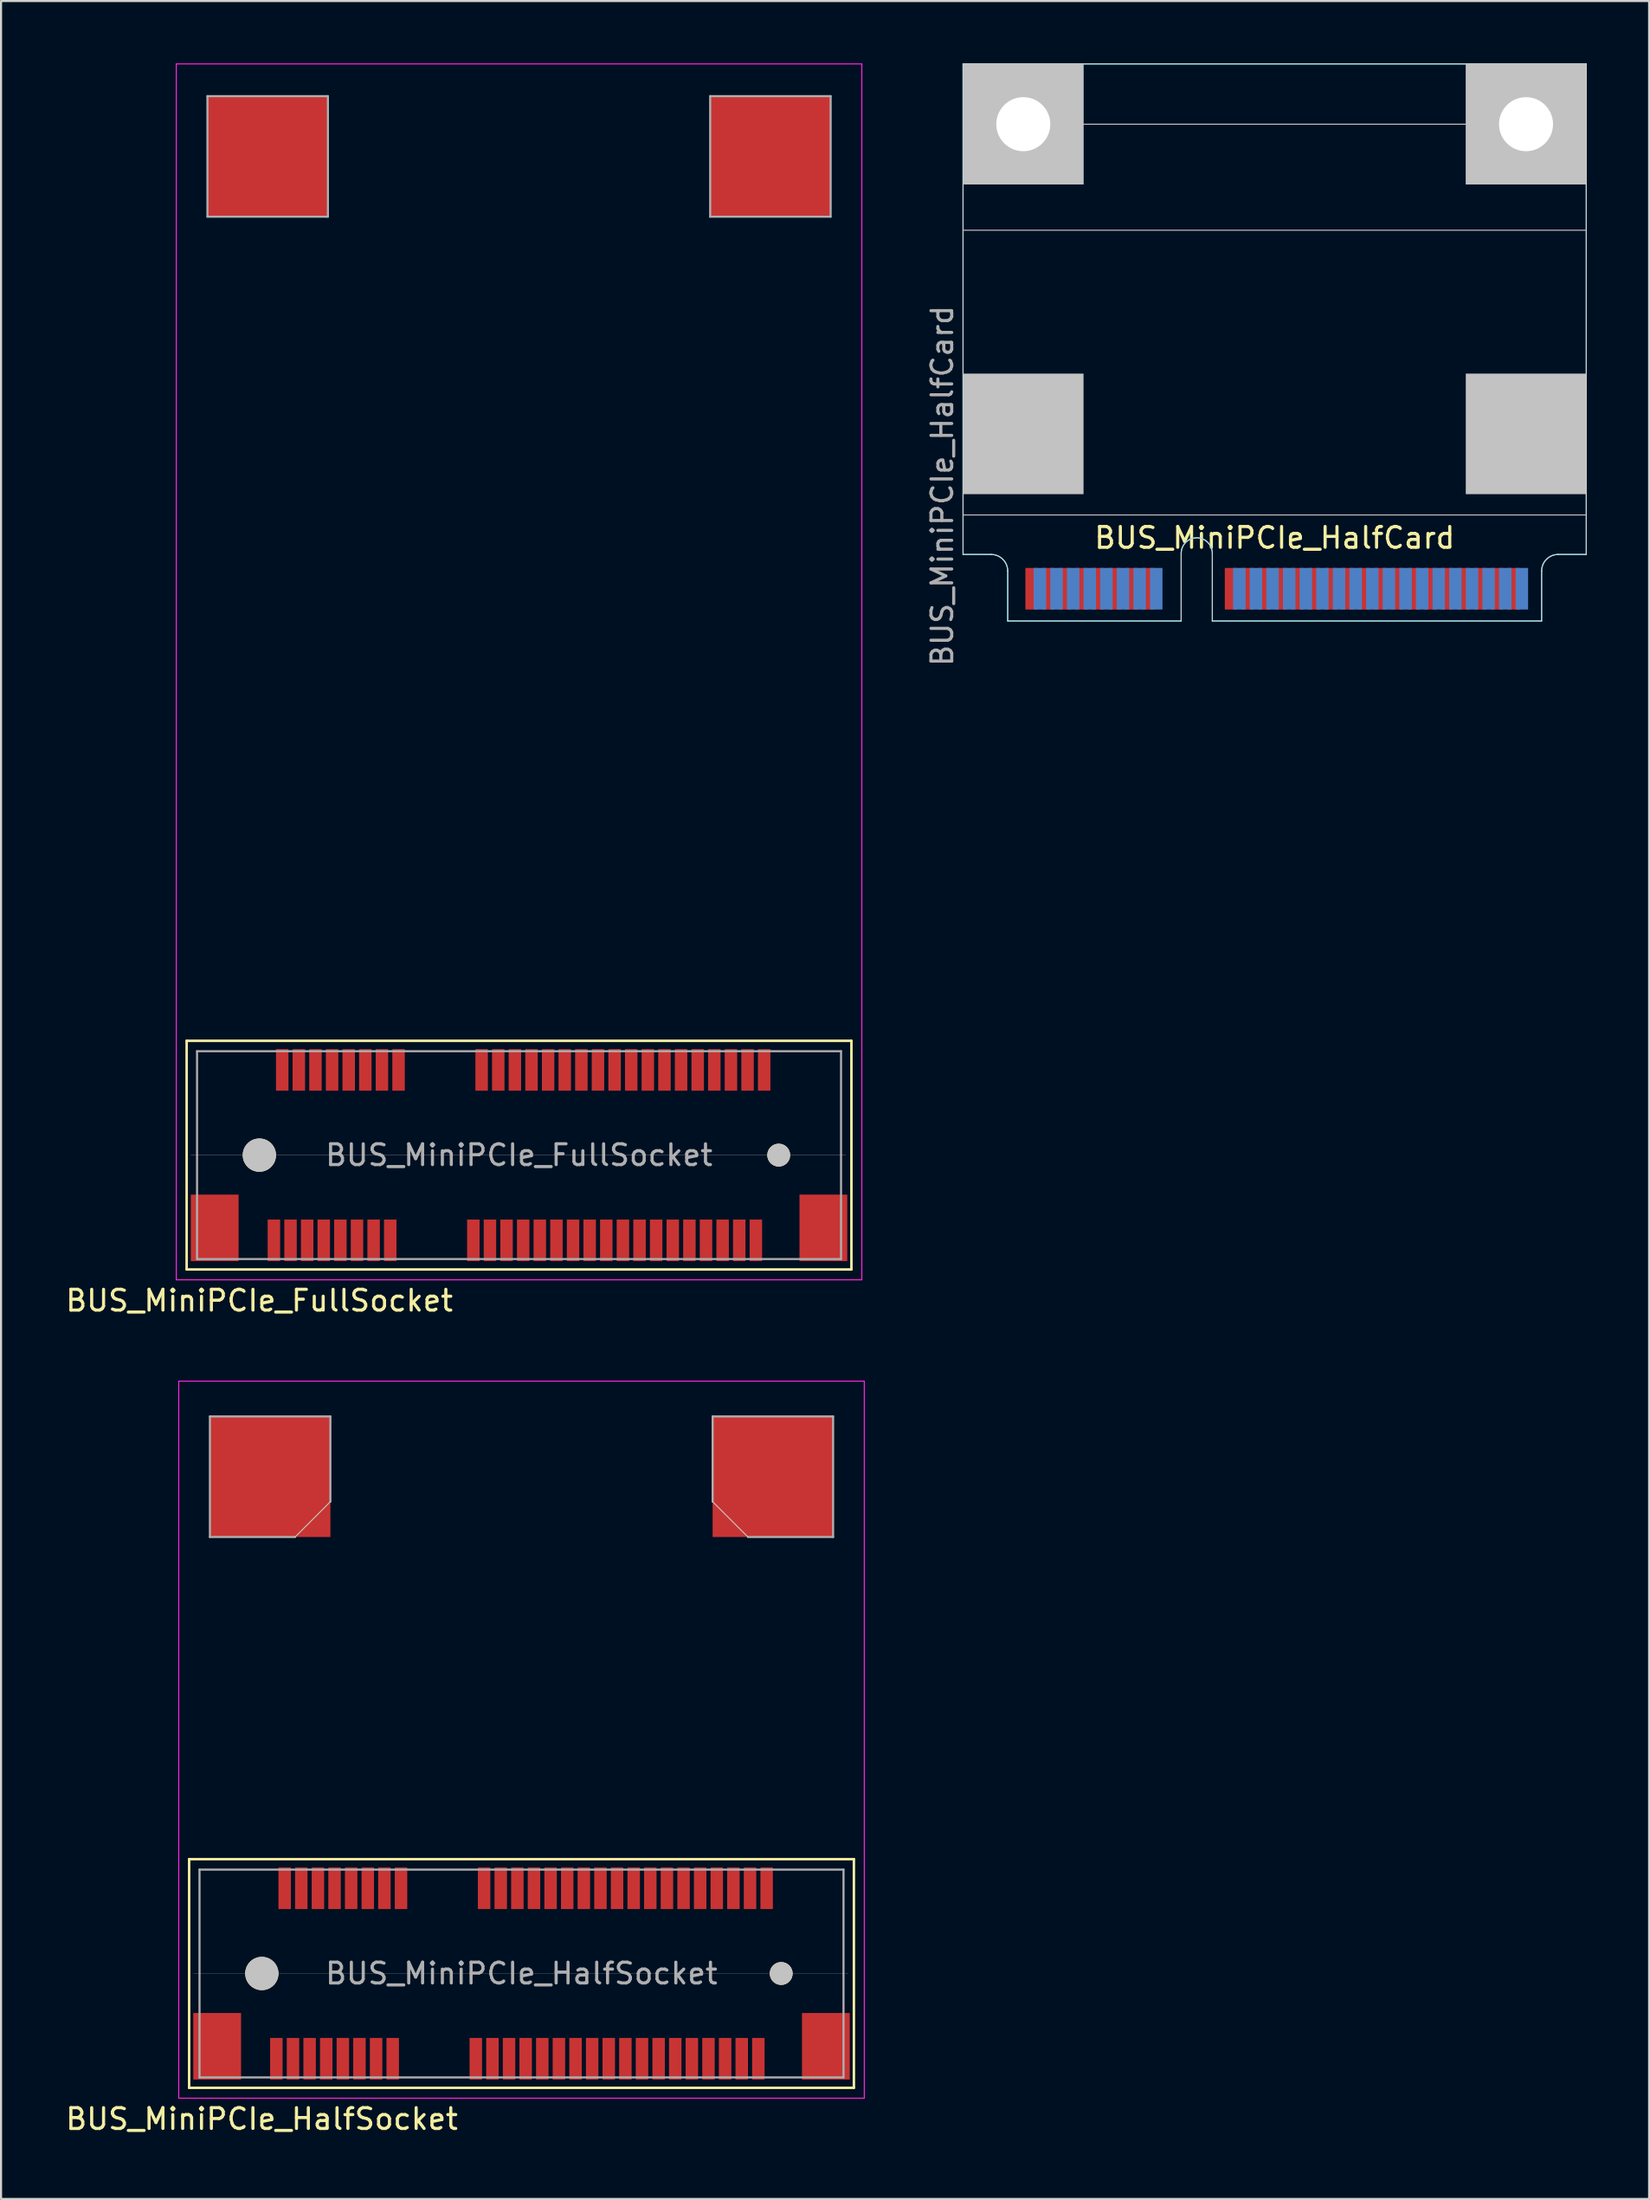
<source format=kicad_pcb>
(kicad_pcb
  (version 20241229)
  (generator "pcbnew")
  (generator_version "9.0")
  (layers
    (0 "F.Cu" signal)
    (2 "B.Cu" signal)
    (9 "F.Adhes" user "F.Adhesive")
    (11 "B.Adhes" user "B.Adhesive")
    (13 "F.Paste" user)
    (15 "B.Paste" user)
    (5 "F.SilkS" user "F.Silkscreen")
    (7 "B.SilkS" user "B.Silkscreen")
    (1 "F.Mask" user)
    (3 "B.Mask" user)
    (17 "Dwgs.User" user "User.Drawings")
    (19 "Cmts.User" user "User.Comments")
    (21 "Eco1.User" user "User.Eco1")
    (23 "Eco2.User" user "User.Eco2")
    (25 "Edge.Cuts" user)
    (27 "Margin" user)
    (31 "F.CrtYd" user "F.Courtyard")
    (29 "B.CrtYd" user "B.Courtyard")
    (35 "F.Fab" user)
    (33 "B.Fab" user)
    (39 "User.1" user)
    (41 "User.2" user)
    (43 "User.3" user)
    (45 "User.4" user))
  (footprint "BUS_MiniPCIe_HalfCard"
    (layer "F.Cu")
    (at 58.308 11.575)
    (property "Reference" "BUS_MiniPCIe_HalfCard" (at 0 11.25 180) (layer "F.SilkS") (effects (font (size 1 1) (thickness 0.15))))
    (attr exclude_from_pos_files exclude_from_bom)
    (fp_line (start -15 10.15) (end 15 10.15) (stroke (width 0.05) (type solid)) (layer "Dwgs.User"))
    (fp_line (start 15 -8.65) (end -15 -8.65) (stroke (width 0.05) (type solid)) (layer "Dwgs.User"))
    (fp_line (start 15 -3.55) (end -15 -3.55) (stroke (width 0.05) (type solid)) (layer "Dwgs.User"))
    (fp_line (start -15 -11.55) (end -15 12.05) (stroke (width 0.05) (type solid)) (layer "Edge.Cuts"))
    (fp_line (start -13.65 12.05) (end -15 12.05) (stroke (width 0.05) (type solid)) (layer "Edge.Cuts"))
    (fp_line (start -12.85 15.25) (end -12.85 12.85) (stroke (width 0.05) (type solid)) (layer "Edge.Cuts"))
    (fp_line (start -4.5 15.25) (end -12.85 15.25) (stroke (width 0.05) (type solid)) (layer "Edge.Cuts"))
    (fp_line (start -4.5 15.25) (end -4.5 12) (stroke (width 0.05) (type solid)) (layer "Edge.Cuts"))
    (fp_line (start -3 15.25) (end -3 12) (stroke (width 0.05) (type solid)) (layer "Edge.Cuts"))
    (fp_line (start -3 15.25) (end 12.85 15.25) (stroke (width 0.05) (type solid)) (layer "Edge.Cuts"))
    (fp_line (start 12.85 15.25) (end 12.85 12.85) (stroke (width 0.05) (type solid)) (layer "Edge.Cuts"))
    (fp_line (start 15 -11.55) (end -15 -11.55) (stroke (width 0.05) (type solid)) (layer "Edge.Cuts"))
    (fp_line (start 15 12.05) (end 13.65 12.05) (stroke (width 0.05) (type solid)) (layer "Edge.Cuts"))
    (fp_line (start 15 12.05) (end 15 -11.55) (stroke (width 0.05) (type solid)) (layer "Edge.Cuts"))
    (fp_arc (start -13.65 12.05) (mid -13.084315 12.284315) (end -12.85 12.85) (stroke (width 0.05) (type solid)) (layer "Edge.Cuts"))
    (fp_arc (start -4.5 12) (mid -3.75 11.25) (end -3 12) (stroke (width 0.05) (type solid)) (layer "Edge.Cuts"))
    (fp_arc (start 12.85 12.85) (mid 13.084315 12.284315) (end 13.65 12.05) (stroke (width 0.05) (type solid)) (layer "Edge.Cuts"))
    (fp_line (start -15 -11.55) (end -15 12.05) (stroke (width 0.05) (type solid)) (layer "B.CrtYd"))
    (fp_line (start -13.65 12.05) (end -15 12.05) (stroke (width 0.05) (type solid)) (layer "B.CrtYd"))
    (fp_line (start -12.85 15.25) (end -12.85 12.85) (stroke (width 0.05) (type solid)) (layer "B.CrtYd"))
    (fp_line (start -4.5 15.25) (end -12.85 15.25) (stroke (width 0.05) (type solid)) (layer "B.CrtYd"))
    (fp_line (start -4.5 15.25) (end -4.5 12) (stroke (width 0.05) (type solid)) (layer "B.CrtYd"))
    (fp_line (start -3 15.25) (end -3 12) (stroke (width 0.05) (type solid)) (layer "B.CrtYd"))
    (fp_line (start -3 15.25) (end 12.85 15.25) (stroke (width 0.05) (type solid)) (layer "B.CrtYd"))
    (fp_line (start 12.85 15.25) (end 12.85 12.85) (stroke (width 0.05) (type solid)) (layer "B.CrtYd"))
    (fp_line (start 15 -11.55) (end -15 -11.55) (stroke (width 0.05) (type solid)) (layer "B.CrtYd"))
    (fp_line (start 15 12.05) (end 13.65 12.05) (stroke (width 0.05) (type solid)) (layer "B.CrtYd"))
    (fp_line (start 15 12.05) (end 15 -11.55) (stroke (width 0.05) (type solid)) (layer "B.CrtYd"))
    (fp_arc (start -13.65 12.05) (mid -13.084315 12.284315) (end -12.85 12.85) (stroke (width 0.05) (type solid)) (layer "B.CrtYd"))
    (fp_arc (start -4.5 12) (mid -3.75 11.25) (end -3 12) (stroke (width 0.05) (type solid)) (layer "B.CrtYd"))
    (fp_arc (start 12.85 12.85) (mid 13.084315 12.284315) (end 13.65 12.05) (stroke (width 0.05) (type solid)) (layer "B.CrtYd"))
    (fp_text user "${REFERENCE}" (at -16 8.75 90) (layer "F.Fab") (effects (font (size 1 1) (thickness 0.15))))
    (pad "" np_thru_hole circle (at -12.1 -8.65) (size 2.6 2.6) (drill 2.6) (layers "*.Cu"))
    (pad "" connect rect (at -12.1 -8.65) (size 5.8 5.8) (layers "B.Cu" "B.Mask" "Dwgs.User"))
    (pad "" connect rect (at -12.1 6.25) (size 5.8 5.8) (layers "Dwgs.User"))
    (pad "" np_thru_hole circle (at 12.1 -8.65) (size 2.6 2.6) (drill 2.6) (layers "*.Cu"))
    (pad "" connect rect (at 12.1 -8.65) (size 5.8 5.8) (layers "B.Cu" "B.Mask" "Dwgs.User"))
    (pad "" connect rect (at 12.1 6.25) (size 5.8 5.8) (layers "Dwgs.User"))
    (pad "1" connect rect (at -11.7 13.7) (size 0.6 2) (layers "F.Cu" "F.Mask"))
    (pad "2" connect rect (at -11.3 13.7) (size 0.6 2) (layers "B.Cu" "B.Mask"))
    (pad "3" connect rect (at -10.9 13.7) (size 0.6 2) (layers "F.Cu" "F.Mask"))
    (pad "4" connect rect (at -10.5 13.7) (size 0.6 2) (layers "B.Cu" "B.Mask"))
    (pad "5" connect rect (at -10.1 13.7) (size 0.6 2) (layers "F.Cu" "F.Mask"))
    (pad "6" connect rect (at -9.7 13.7) (size 0.6 2) (layers "B.Cu" "B.Mask"))
    (pad "7" connect rect (at -9.3 13.7) (size 0.6 2) (layers "F.Cu" "F.Mask"))
    (pad "8" connect rect (at -8.9 13.7) (size 0.6 2) (layers "B.Cu" "B.Mask"))
    (pad "9" connect rect (at -8.5 13.7) (size 0.6 2) (layers "F.Cu" "F.Mask"))
    (pad "10" connect rect (at -8.1 13.7) (size 0.6 2) (layers "B.Cu" "B.Mask"))
    (pad "11" connect rect (at -7.7 13.7) (size 0.6 2) (layers "F.Cu" "F.Mask"))
    (pad "12" connect rect (at -7.3 13.7) (size 0.6 2) (layers "B.Cu" "B.Mask"))
    (pad "13" connect rect (at -6.9 13.7) (size 0.6 2) (layers "F.Cu" "F.Mask"))
    (pad "14" connect rect (at -6.5 13.7) (size 0.6 2) (layers "B.Cu" "B.Mask"))
    (pad "15" connect rect (at -6.1 13.7) (size 0.6 2) (layers "F.Cu" "F.Mask"))
    (pad "16" connect rect (at -5.7 13.7) (size 0.6 2) (layers "B.Cu" "B.Mask"))
    (pad "17" connect rect (at -2.1 13.7) (size 0.6 2) (layers "F.Cu" "F.Mask"))
    (pad "18" connect rect (at -1.7 13.7) (size 0.6 2) (layers "B.Cu" "B.Mask"))
    (pad "19" connect rect (at -1.3 13.7) (size 0.6 2) (layers "F.Cu" "F.Mask"))
    (pad "20" connect rect (at -0.9 13.7) (size 0.6 2) (layers "B.Cu" "B.Mask"))
    (pad "21" connect rect (at -0.5 13.7) (size 0.6 2) (layers "F.Cu" "F.Mask"))
    (pad "22" connect rect (at -0.1 13.7) (size 0.6 2) (layers "B.Cu" "B.Mask"))
    (pad "23" connect rect (at 0.3 13.7) (size 0.6 2) (layers "F.Cu" "F.Mask"))
    (pad "24" connect rect (at 0.7 13.7) (size 0.6 2) (layers "B.Cu" "B.Mask"))
    (pad "25" connect rect (at 1.1 13.7) (size 0.6 2) (layers "F.Cu" "F.Mask"))
    (pad "26" connect rect (at 1.5 13.7) (size 0.6 2) (layers "B.Cu" "B.Mask"))
    (pad "27" connect rect (at 1.9 13.7) (size 0.6 2) (layers "F.Cu" "F.Mask"))
    (pad "28" connect rect (at 2.3 13.7) (size 0.6 2) (layers "B.Cu" "B.Mask"))
    (pad "29" connect rect (at 2.7 13.7) (size 0.6 2) (layers "F.Cu" "F.Mask"))
    (pad "30" connect rect (at 3.1 13.7) (size 0.6 2) (layers "B.Cu" "B.Mask"))
    (pad "31" connect rect (at 3.5 13.7) (size 0.6 2) (layers "F.Cu" "F.Mask"))
    (pad "32" connect rect (at 3.9 13.7) (size 0.6 2) (layers "B.Cu" "B.Mask"))
    (pad "33" connect rect (at 4.3 13.7) (size 0.6 2) (layers "F.Cu" "F.Mask"))
    (pad "34" connect rect (at 4.7 13.7) (size 0.6 2) (layers "B.Cu" "B.Mask"))
    (pad "35" connect rect (at 5.1 13.7) (size 0.6 2) (layers "F.Cu" "F.Mask"))
    (pad "36" connect rect (at 5.5 13.7) (size 0.6 2) (layers "B.Cu" "B.Mask"))
    (pad "37" connect rect (at 5.9 13.7) (size 0.6 2) (layers "F.Cu" "F.Mask"))
    (pad "38" connect rect (at 6.3 13.7) (size 0.6 2) (layers "B.Cu" "B.Mask"))
    (pad "39" connect rect (at 6.7 13.7) (size 0.6 2) (layers "F.Cu" "F.Mask"))
    (pad "40" connect rect (at 7.1 13.7) (size 0.6 2) (layers "B.Cu" "B.Mask"))
    (pad "41" connect rect (at 7.5 13.7) (size 0.6 2) (layers "F.Cu" "F.Mask"))
    (pad "42" connect rect (at 7.9 13.7) (size 0.6 2) (layers "B.Cu" "B.Mask"))
    (pad "43" connect rect (at 8.3 13.7) (size 0.6 2) (layers "F.Cu" "F.Mask"))
    (pad "44" connect rect (at 8.7 13.7) (size 0.6 2) (layers "B.Cu" "B.Mask"))
    (pad "45" connect rect (at 9.1 13.7) (size 0.6 2) (layers "F.Cu" "F.Mask"))
    (pad "46" connect rect (at 9.5 13.7) (size 0.6 2) (layers "B.Cu" "B.Mask"))
    (pad "47" connect rect (at 9.9 13.7) (size 0.6 2) (layers "F.Cu" "F.Mask"))
    (pad "48" connect rect (at 10.3 13.7) (size 0.6 2) (layers "B.Cu" "B.Mask"))
    (pad "49" connect rect (at 10.7 13.7) (size 0.6 2) (layers "F.Cu" "F.Mask"))
    (pad "50" connect rect (at 11.1 13.7) (size 0.6 2) (layers "B.Cu" "B.Mask"))
    (pad "51" connect rect (at 11.5 13.7) (size 0.6 2) (layers "F.Cu" "F.Mask"))
    (pad "52" connect rect (at 11.9 13.7) (size 0.6 2) (layers "B.Cu" "B.Mask")))
  (footprint "BUS_MiniPCIe_FullSocket"
    (layer "F.Cu")
    (at 21.935 52.525)
    (property "Reference" "BUS_MiniPCIe_FullSocket" (at -12.5 7 180) (layer "F.SilkS") (effects (font (size 1 1) (thickness 0.15))))
    (attr smd)
    (fp_line (start -16 -5.5) (end -16 5.5) (stroke (width 0.12) (type solid)) (layer "F.SilkS"))
    (fp_line (start -16 5.5) (end 16 5.5) (stroke (width 0.12) (type solid)) (layer "F.SilkS"))
    (fp_line (start 16 -5.5) (end -16 -5.5) (stroke (width 0.12) (type solid)) (layer "F.SilkS"))
    (fp_line (start 16 5.5) (end 16 -5.5) (stroke (width 0.12) (type solid)) (layer "F.SilkS"))
    (fp_line (start -15.8 0) (end 15.725 0) (stroke (width 0.01) (type solid)) (layer "Dwgs.User"))
    (fp_line (start -16.5 -52.5) (end 16.5 -52.5) (stroke (width 0.05) (type solid)) (layer "F.CrtYd"))
    (fp_line (start -16.5 6) (end -16.5 -52.5) (stroke (width 0.05) (type solid)) (layer "F.CrtYd"))
    (fp_line (start 16.5 -52.5) (end 16.5 6) (stroke (width 0.05) (type solid)) (layer "F.CrtYd"))
    (fp_line (start 16.5 6) (end -16.5 6) (stroke (width 0.05) (type solid)) (layer "F.CrtYd"))
    (fp_line (start -15.5 -5) (end -15.5 5) (stroke (width 0.1) (type solid)) (layer "F.Fab"))
    (fp_line (start -15.5 5) (end 15.5 5) (stroke (width 0.1) (type solid)) (layer "F.Fab"))
    (fp_line (start -15 -50.95) (end -15 -45.15) (stroke (width 0.1) (type solid)) (layer "F.Fab"))
    (fp_line (start -15 -50.95) (end -9.2 -50.95) (stroke (width 0.1) (type solid)) (layer "F.Fab"))
    (fp_line (start -15 -45.15) (end -9.2 -45.15) (stroke (width 0.1) (type solid)) (layer "F.Fab"))
    (fp_line (start -9.2 -50.95) (end -9.2 -45.15) (stroke (width 0.1) (type solid)) (layer "F.Fab"))
    (fp_line (start 9.2 -50.95) (end 9.2 -45.15) (stroke (width 0.1) (type solid)) (layer "F.Fab"))
    (fp_line (start 9.2 -50.95) (end 15 -50.95) (stroke (width 0.1) (type solid)) (layer "F.Fab"))
    (fp_line (start 9.2 -45.15) (end 15 -45.15) (stroke (width 0.1) (type solid)) (layer "F.Fab"))
    (fp_line (start 15 -50.95) (end 15 -45.15) (stroke (width 0.1) (type solid)) (layer "F.Fab"))
    (fp_line (start 15.5 -5) (end -15.5 -5) (stroke (width 0.1) (type solid)) (layer "F.Fab"))
    (fp_line (start 15.5 5) (end 15.5 -5) (stroke (width 0.1) (type solid)) (layer "F.Fab"))
    (fp_text user "${REFERENCE}" (at 0 0 0) (layer "F.Fab") (effects (font (size 1 1) (thickness 0.15))))
    (pad "" smd rect (at -14.65 3.5) (size 2.3 3.2) (layers "F.Cu" "F.Mask" "F.Paste"))
    (pad "" connect circle (at -12.5 0) (size 1.6 1.6) (layers "F.SilkS" "Dwgs.User"))
    (pad "" connect rect (at -12.1 -48.05) (size 5.8 5.8) (layers "F.Cu"))
    (pad "" connect rect (at 12.1 -48.05) (size 5.8 5.8) (layers "F.Cu"))
    (pad "" connect circle (at 12.5 0) (size 1.1 1.1) (layers "F.SilkS" "Dwgs.User"))
    (pad "" smd rect (at 14.65 3.5) (size 2.3 3.2) (layers "F.Cu" "F.Mask" "F.Paste"))
    (pad "1" smd rect (at -11.8 4.1) (size 0.6 2) (layers "F.Cu" "F.Mask" "F.Paste"))
    (pad "2" smd rect (at -11.4 -4.1) (size 0.6 2) (layers "F.Cu" "F.Mask" "F.Paste"))
    (pad "3" smd rect (at -11 4.1) (size 0.6 2) (layers "F.Cu" "F.Mask" "F.Paste"))
    (pad "4" smd rect (at -10.6 -4.1) (size 0.6 2) (layers "F.Cu" "F.Mask" "F.Paste"))
    (pad "5" smd rect (at -10.2 4.1) (size 0.6 2) (layers "F.Cu" "F.Mask" "F.Paste"))
    (pad "6" smd rect (at -9.8 -4.1) (size 0.6 2) (layers "F.Cu" "F.Mask" "F.Paste"))
    (pad "7" smd rect (at -9.4 4.1) (size 0.6 2) (layers "F.Cu" "F.Mask" "F.Paste"))
    (pad "8" smd rect (at -9 -4.1) (size 0.6 2) (layers "F.Cu" "F.Mask" "F.Paste"))
    (pad "9" smd rect (at -8.6 4.1) (size 0.6 2) (layers "F.Cu" "F.Mask" "F.Paste"))
    (pad "10" smd rect (at -8.2 -4.1) (size 0.6 2) (layers "F.Cu" "F.Mask" "F.Paste"))
    (pad "11" smd rect (at -7.8 4.1) (size 0.6 2) (layers "F.Cu" "F.Mask" "F.Paste"))
    (pad "12" smd rect (at -7.4 -4.1) (size 0.6 2) (layers "F.Cu" "F.Mask" "F.Paste"))
    (pad "13" smd rect (at -7 4.1) (size 0.6 2) (layers "F.Cu" "F.Mask" "F.Paste"))
    (pad "14" smd rect (at -6.6 -4.1) (size 0.6 2) (layers "F.Cu" "F.Mask" "F.Paste"))
    (pad "15" smd rect (at -6.2 4.1) (size 0.6 2) (layers "F.Cu" "F.Mask" "F.Paste"))
    (pad "16" smd rect (at -5.8 -4.1) (size 0.6 2) (layers "F.Cu" "F.Mask" "F.Paste"))
    (pad "17" smd rect (at -2.2 4.1) (size 0.6 2) (layers "F.Cu" "F.Mask" "F.Paste"))
    (pad "18" smd rect (at -1.8 -4.1) (size 0.6 2) (layers "F.Cu" "F.Mask" "F.Paste"))
    (pad "19" smd rect (at -1.4 4.1) (size 0.6 2) (layers "F.Cu" "F.Mask" "F.Paste"))
    (pad "20" smd rect (at -1 -4.1) (size 0.6 2) (layers "F.Cu" "F.Mask" "F.Paste"))
    (pad "21" smd rect (at -0.6 4.1) (size 0.6 2) (layers "F.Cu" "F.Mask" "F.Paste"))
    (pad "22" smd rect (at -0.2 -4.1) (size 0.6 2) (layers "F.Cu" "F.Mask" "F.Paste"))
    (pad "23" smd rect (at 0.2 4.1) (size 0.6 2) (layers "F.Cu" "F.Mask" "F.Paste"))
    (pad "24" smd rect (at 0.6 -4.1) (size 0.6 2) (layers "F.Cu" "F.Mask" "F.Paste"))
    (pad "25" smd rect (at 1 4.1) (size 0.6 2) (layers "F.Cu" "F.Mask" "F.Paste"))
    (pad "26" smd rect (at 1.4 -4.1) (size 0.6 2) (layers "F.Cu" "F.Mask" "F.Paste"))
    (pad "27" smd rect (at 1.8 4.1) (size 0.6 2) (layers "F.Cu" "F.Mask" "F.Paste"))
    (pad "28" smd rect (at 2.2 -4.1) (size 0.6 2) (layers "F.Cu" "F.Mask" "F.Paste"))
    (pad "29" smd rect (at 2.6 4.1) (size 0.6 2) (layers "F.Cu" "F.Mask" "F.Paste"))
    (pad "30" smd rect (at 3 -4.1) (size 0.6 2) (layers "F.Cu" "F.Mask" "F.Paste"))
    (pad "31" smd rect (at 3.4 4.1) (size 0.6 2) (layers "F.Cu" "F.Mask" "F.Paste"))
    (pad "32" smd rect (at 3.8 -4.1) (size 0.6 2) (layers "F.Cu" "F.Mask" "F.Paste"))
    (pad "33" smd rect (at 4.2 4.1) (size 0.6 2) (layers "F.Cu" "F.Mask" "F.Paste"))
    (pad "34" smd rect (at 4.6 -4.1) (size 0.6 2) (layers "F.Cu" "F.Mask" "F.Paste"))
    (pad "35" smd rect (at 5 4.1) (size 0.6 2) (layers "F.Cu" "F.Mask" "F.Paste"))
    (pad "36" smd rect (at 5.4 -4.1) (size 0.6 2) (layers "F.Cu" "F.Mask" "F.Paste"))
    (pad "37" smd rect (at 5.8 4.1) (size 0.6 2) (layers "F.Cu" "F.Mask" "F.Paste"))
    (pad "38" smd rect (at 6.2 -4.1) (size 0.6 2) (layers "F.Cu" "F.Mask" "F.Paste"))
    (pad "39" smd rect (at 6.6 4.1) (size 0.6 2) (layers "F.Cu" "F.Mask" "F.Paste"))
    (pad "40" smd rect (at 7 -4.1) (size 0.6 2) (layers "F.Cu" "F.Mask" "F.Paste"))
    (pad "41" smd rect (at 7.4 4.1) (size 0.6 2) (layers "F.Cu" "F.Mask" "F.Paste"))
    (pad "42" smd rect (at 7.8 -4.1) (size 0.6 2) (layers "F.Cu" "F.Mask" "F.Paste"))
    (pad "43" smd rect (at 8.2 4.1) (size 0.6 2) (layers "F.Cu" "F.Mask" "F.Paste"))
    (pad "44" smd rect (at 8.6 -4.1) (size 0.6 2) (layers "F.Cu" "F.Mask" "F.Paste"))
    (pad "45" smd rect (at 9 4.1) (size 0.6 2) (layers "F.Cu" "F.Mask" "F.Paste"))
    (pad "46" smd rect (at 9.4 -4.1) (size 0.6 2) (layers "F.Cu" "F.Mask" "F.Paste"))
    (pad "47" smd rect (at 9.8 4.1) (size 0.6 2) (layers "F.Cu" "F.Mask" "F.Paste"))
    (pad "48" smd rect (at 10.2 -4.1) (size 0.6 2) (layers "F.Cu" "F.Mask" "F.Paste"))
    (pad "49" smd rect (at 10.6 4.1) (size 0.6 2) (layers "F.Cu" "F.Mask" "F.Paste"))
    (pad "50" smd rect (at 11 -4.1) (size 0.6 2) (layers "F.Cu" "F.Mask" "F.Paste"))
    (pad "51" smd rect (at 11.4 4.1) (size 0.6 2) (layers "F.Cu" "F.Mask" "F.Paste"))
    (pad "52" smd rect (at 11.8 -4.1) (size 0.6 2) (layers "F.Cu" "F.Mask" "F.Paste")))
  (footprint "BUS_MiniPCIe_HalfSocket"
    (layer "F.Cu")
    (at 22.054 91.898)
    (property "Reference" "BUS_MiniPCIe_HalfSocket" (at -12.5 7 180) (layer "F.SilkS") (effects (font (size 1 1) (thickness 0.15))))
    (attr smd)
    (fp_line (start -16 -5.5) (end -16 5.5) (stroke (width 0.12) (type solid)) (layer "F.SilkS"))
    (fp_line (start -16 5.5) (end 16 5.5) (stroke (width 0.12) (type solid)) (layer "F.SilkS"))
    (fp_line (start 16 -5.5) (end -16 -5.5) (stroke (width 0.12) (type solid)) (layer "F.SilkS"))
    (fp_line (start 16 5.5) (end 16 -5.5) (stroke (width 0.12) (type solid)) (layer "F.SilkS"))
    (fp_line (start -15.8 0) (end 15.725 0) (stroke (width 0.01) (type solid)) (layer "Dwgs.User"))
    (fp_line (start -9.2 -22.7) (end -10.9 -21) (stroke (width 0.05) (type solid)) (layer "Dwgs.User"))
    (fp_line (start 9.2 -22.7) (end 10.9 -21) (stroke (width 0.05) (type solid)) (layer "Dwgs.User"))
    (fp_line (start -16.5 -28.5) (end 16.5 -28.5) (stroke (width 0.05) (type solid)) (layer "F.CrtYd"))
    (fp_line (start -16.5 6) (end -16.5 -28.5) (stroke (width 0.05) (type solid)) (layer "F.CrtYd"))
    (fp_line (start 16.5 -28.5) (end 16.5 6) (stroke (width 0.05) (type solid)) (layer "F.CrtYd"))
    (fp_line (start 16.5 6) (end -16.5 6) (stroke (width 0.05) (type solid)) (layer "F.CrtYd"))
    (fp_line (start -15.5 -5) (end -15.5 5) (stroke (width 0.1) (type solid)) (layer "F.Fab"))
    (fp_line (start -15.5 5) (end 15.5 5) (stroke (width 0.1) (type solid)) (layer "F.Fab"))
    (fp_line (start -15 -26.8) (end -15 -21) (stroke (width 0.1) (type solid)) (layer "F.Fab"))
    (fp_line (start -15 -21) (end -10.9 -21) (stroke (width 0.1) (type solid)) (layer "F.Fab"))
    (fp_line (start -9.2 -26.8) (end -15 -26.8) (stroke (width 0.1) (type solid)) (layer "F.Fab"))
    (fp_line (start -9.2 -22.7) (end -9.2 -26.8) (stroke (width 0.1) (type solid)) (layer "F.Fab"))
    (fp_line (start 9.2 -26.8) (end 15 -26.8) (stroke (width 0.1) (type solid)) (layer "F.Fab"))
    (fp_line (start 9.2 -22.7) (end 9.2 -26.8) (stroke (width 0.1) (type solid)) (layer "F.Fab"))
    (fp_line (start 15 -26.8) (end 15 -21) (stroke (width 0.1) (type solid)) (layer "F.Fab"))
    (fp_line (start 15 -21) (end 10.9 -21) (stroke (width 0.1) (type solid)) (layer "F.Fab"))
    (fp_line (start 15.5 -5) (end -15.5 -5) (stroke (width 0.1) (type solid)) (layer "F.Fab"))
    (fp_line (start 15.5 5) (end 15.5 -5) (stroke (width 0.1) (type solid)) (layer "F.Fab"))
    (fp_text user "${REFERENCE}" (at 0 0 0) (layer "F.Fab") (effects (font (size 1 1) (thickness 0.15))))
    (pad "" smd rect (at -14.65 3.5) (size 2.3 3.2) (layers "F.Cu" "F.Mask" "F.Paste"))
    (pad "" connect circle (at -12.5 0) (size 1.6 1.6) (layers "F.SilkS" "Dwgs.User"))
    (pad "" connect rect (at -12.1 -23.9) (size 5.8 5.8) (layers "F.Cu"))
    (pad "" connect rect (at 12.1 -23.9) (size 5.8 5.8) (layers "F.Cu"))
    (pad "" connect circle (at 12.5 0) (size 1.1 1.1) (layers "F.SilkS" "Dwgs.User"))
    (pad "" smd rect (at 14.65 3.5) (size 2.3 3.2) (layers "F.Cu" "F.Mask" "F.Paste"))
    (pad "1" smd rect (at -11.8 4.1) (size 0.6 2) (layers "F.Cu" "F.Mask" "F.Paste"))
    (pad "2" smd rect (at -11.4 -4.1) (size 0.6 2) (layers "F.Cu" "F.Mask" "F.Paste"))
    (pad "3" smd rect (at -11 4.1) (size 0.6 2) (layers "F.Cu" "F.Mask" "F.Paste"))
    (pad "4" smd rect (at -10.6 -4.1) (size 0.6 2) (layers "F.Cu" "F.Mask" "F.Paste"))
    (pad "5" smd rect (at -10.2 4.1) (size 0.6 2) (layers "F.Cu" "F.Mask" "F.Paste"))
    (pad "6" smd rect (at -9.8 -4.1) (size 0.6 2) (layers "F.Cu" "F.Mask" "F.Paste"))
    (pad "7" smd rect (at -9.4 4.1) (size 0.6 2) (layers "F.Cu" "F.Mask" "F.Paste"))
    (pad "8" smd rect (at -9 -4.1) (size 0.6 2) (layers "F.Cu" "F.Mask" "F.Paste"))
    (pad "9" smd rect (at -8.6 4.1) (size 0.6 2) (layers "F.Cu" "F.Mask" "F.Paste"))
    (pad "10" smd rect (at -8.2 -4.1) (size 0.6 2) (layers "F.Cu" "F.Mask" "F.Paste"))
    (pad "11" smd rect (at -7.8 4.1) (size 0.6 2) (layers "F.Cu" "F.Mask" "F.Paste"))
    (pad "12" smd rect (at -7.4 -4.1) (size 0.6 2) (layers "F.Cu" "F.Mask" "F.Paste"))
    (pad "13" smd rect (at -7 4.1) (size 0.6 2) (layers "F.Cu" "F.Mask" "F.Paste"))
    (pad "14" smd rect (at -6.6 -4.1) (size 0.6 2) (layers "F.Cu" "F.Mask" "F.Paste"))
    (pad "15" smd rect (at -6.2 4.1) (size 0.6 2) (layers "F.Cu" "F.Mask" "F.Paste"))
    (pad "16" smd rect (at -5.8 -4.1) (size 0.6 2) (layers "F.Cu" "F.Mask" "F.Paste"))
    (pad "17" smd rect (at -2.2 4.1) (size 0.6 2) (layers "F.Cu" "F.Mask" "F.Paste"))
    (pad "18" smd rect (at -1.8 -4.1) (size 0.6 2) (layers "F.Cu" "F.Mask" "F.Paste"))
    (pad "19" smd rect (at -1.4 4.1) (size 0.6 2) (layers "F.Cu" "F.Mask" "F.Paste"))
    (pad "20" smd rect (at -1 -4.1) (size 0.6 2) (layers "F.Cu" "F.Mask" "F.Paste"))
    (pad "21" smd rect (at -0.6 4.1) (size 0.6 2) (layers "F.Cu" "F.Mask" "F.Paste"))
    (pad "22" smd rect (at -0.2 -4.1) (size 0.6 2) (layers "F.Cu" "F.Mask" "F.Paste"))
    (pad "23" smd rect (at 0.2 4.1) (size 0.6 2) (layers "F.Cu" "F.Mask" "F.Paste"))
    (pad "24" smd rect (at 0.6 -4.1) (size 0.6 2) (layers "F.Cu" "F.Mask" "F.Paste"))
    (pad "25" smd rect (at 1 4.1) (size 0.6 2) (layers "F.Cu" "F.Mask" "F.Paste"))
    (pad "26" smd rect (at 1.4 -4.1) (size 0.6 2) (layers "F.Cu" "F.Mask" "F.Paste"))
    (pad "27" smd rect (at 1.8 4.1) (size 0.6 2) (layers "F.Cu" "F.Mask" "F.Paste"))
    (pad "28" smd rect (at 2.2 -4.1) (size 0.6 2) (layers "F.Cu" "F.Mask" "F.Paste"))
    (pad "29" smd rect (at 2.6 4.1) (size 0.6 2) (layers "F.Cu" "F.Mask" "F.Paste"))
    (pad "30" smd rect (at 3 -4.1) (size 0.6 2) (layers "F.Cu" "F.Mask" "F.Paste"))
    (pad "31" smd rect (at 3.4 4.1) (size 0.6 2) (layers "F.Cu" "F.Mask" "F.Paste"))
    (pad "32" smd rect (at 3.8 -4.1) (size 0.6 2) (layers "F.Cu" "F.Mask" "F.Paste"))
    (pad "33" smd rect (at 4.2 4.1) (size 0.6 2) (layers "F.Cu" "F.Mask" "F.Paste"))
    (pad "34" smd rect (at 4.6 -4.1) (size 0.6 2) (layers "F.Cu" "F.Mask" "F.Paste"))
    (pad "35" smd rect (at 5 4.1) (size 0.6 2) (layers "F.Cu" "F.Mask" "F.Paste"))
    (pad "36" smd rect (at 5.4 -4.1) (size 0.6 2) (layers "F.Cu" "F.Mask" "F.Paste"))
    (pad "37" smd rect (at 5.8 4.1) (size 0.6 2) (layers "F.Cu" "F.Mask" "F.Paste"))
    (pad "38" smd rect (at 6.2 -4.1) (size 0.6 2) (layers "F.Cu" "F.Mask" "F.Paste"))
    (pad "39" smd rect (at 6.6 4.1) (size 0.6 2) (layers "F.Cu" "F.Mask" "F.Paste"))
    (pad "40" smd rect (at 7 -4.1) (size 0.6 2) (layers "F.Cu" "F.Mask" "F.Paste"))
    (pad "41" smd rect (at 7.4 4.1) (size 0.6 2) (layers "F.Cu" "F.Mask" "F.Paste"))
    (pad "42" smd rect (at 7.8 -4.1) (size 0.6 2) (layers "F.Cu" "F.Mask" "F.Paste"))
    (pad "43" smd rect (at 8.2 4.1) (size 0.6 2) (layers "F.Cu" "F.Mask" "F.Paste"))
    (pad "44" smd rect (at 8.6 -4.1) (size 0.6 2) (layers "F.Cu" "F.Mask" "F.Paste"))
    (pad "45" smd rect (at 9 4.1) (size 0.6 2) (layers "F.Cu" "F.Mask" "F.Paste"))
    (pad "46" smd rect (at 9.4 -4.1) (size 0.6 2) (layers "F.Cu" "F.Mask" "F.Paste"))
    (pad "47" smd rect (at 9.8 4.1) (size 0.6 2) (layers "F.Cu" "F.Mask" "F.Paste"))
    (pad "48" smd rect (at 10.2 -4.1) (size 0.6 2) (layers "F.Cu" "F.Mask" "F.Paste"))
    (pad "49" smd rect (at 10.6 4.1) (size 0.6 2) (layers "F.Cu" "F.Mask" "F.Paste"))
    (pad "50" smd rect (at 11 -4.1) (size 0.6 2) (layers "F.Cu" "F.Mask" "F.Paste"))
    (pad "51" smd rect (at 11.4 4.1) (size 0.6 2) (layers "F.Cu" "F.Mask" "F.Paste"))
    (pad "52" smd rect (at 11.8 -4.1) (size 0.6 2) (layers "F.Cu" "F.Mask" "F.Paste")))
  (gr_rect
    (start -3 -3)
    (end 76.333 102.746)
    (stroke (width 0.1) (type default))
    (fill no)
    (layer "Edge.Cuts")))
</source>
